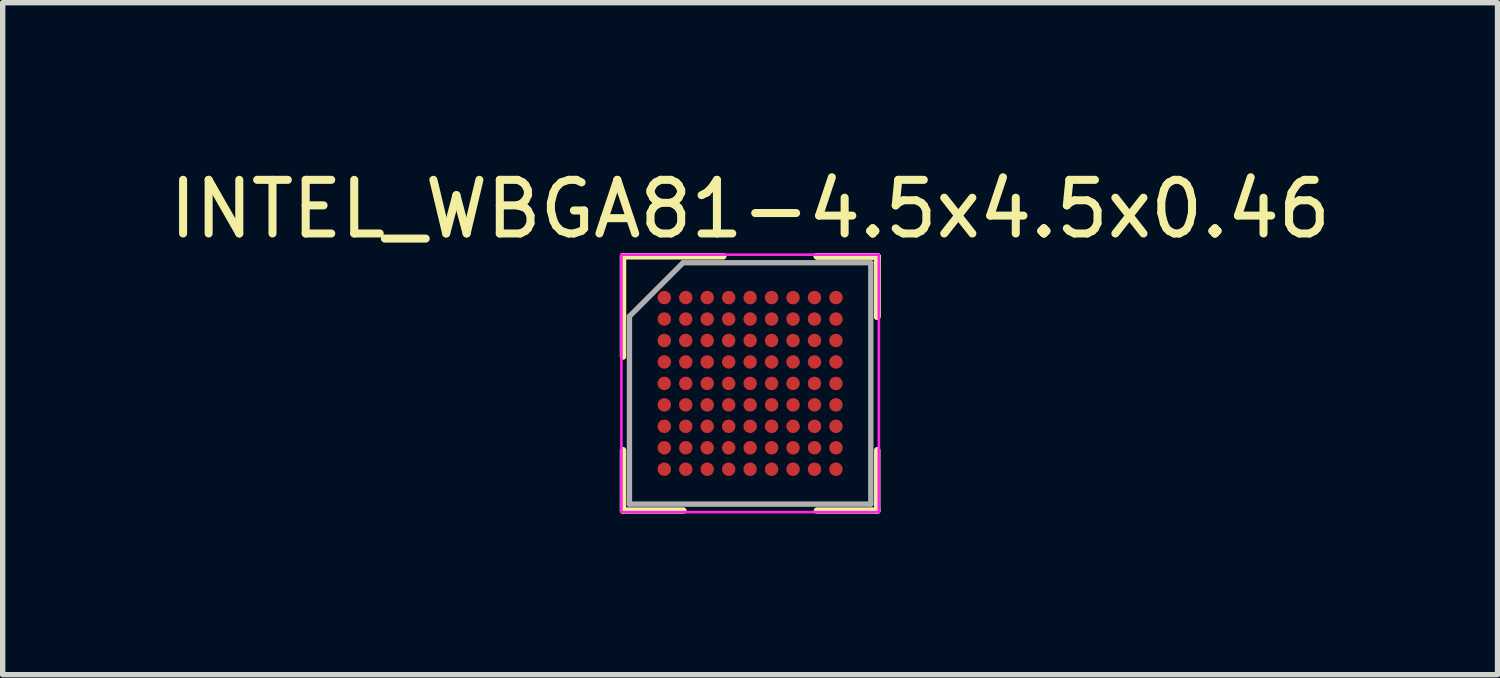
<source format=kicad_pcb>
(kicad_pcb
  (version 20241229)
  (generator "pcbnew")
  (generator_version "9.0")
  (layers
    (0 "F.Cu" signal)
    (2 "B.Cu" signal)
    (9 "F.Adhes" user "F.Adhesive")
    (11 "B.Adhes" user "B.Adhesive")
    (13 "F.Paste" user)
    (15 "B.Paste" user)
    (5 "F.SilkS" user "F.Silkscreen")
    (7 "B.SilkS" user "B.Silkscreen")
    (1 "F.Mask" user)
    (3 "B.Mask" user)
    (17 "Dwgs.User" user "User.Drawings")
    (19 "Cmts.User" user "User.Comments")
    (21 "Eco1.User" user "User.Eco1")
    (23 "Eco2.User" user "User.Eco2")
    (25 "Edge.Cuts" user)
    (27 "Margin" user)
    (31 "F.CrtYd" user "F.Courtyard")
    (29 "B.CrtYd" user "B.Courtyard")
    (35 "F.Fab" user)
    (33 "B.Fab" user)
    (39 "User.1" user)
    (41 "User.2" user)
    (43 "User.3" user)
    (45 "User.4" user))
  (footprint "INTEL_WBGA81-4.5x4.5x0.46"
    (layer "F.Cu")
    (at 10.935 4.098)
    (property "Reference" "INTEL_WBGA81-4.5x4.5x0.46" (at 0 -3.25 0) (layer "F.SilkS") (effects (font (size 1 1) (thickness 0.15))))
    (attr smd)
    (fp_line (start -2.37 -0.5) (end -2.37 -2.37) (stroke (width 0.12) (type solid)) (layer "F.SilkS"))
    (fp_line (start -2.37 2.37) (end -2.37 1.245) (stroke (width 0.12) (type solid)) (layer "F.SilkS"))
    (fp_line (start -1.245 2.37) (end -2.37 2.37) (stroke (width 0.12) (type solid)) (layer "F.SilkS"))
    (fp_line (start -0.5 -2.37) (end -2.37 -2.37) (stroke (width 0.12) (type solid)) (layer "F.SilkS"))
    (fp_line (start 1.245 -2.37) (end 2.37 -2.37) (stroke (width 0.12) (type solid)) (layer "F.SilkS"))
    (fp_line (start 1.245 -2.37) (end 2.37 -2.37) (stroke (width 0.12) (type solid)) (layer "F.SilkS"))
    (fp_line (start 1.245 -2.37) (end 2.37 -2.37) (stroke (width 0.12) (type solid)) (layer "F.SilkS"))
    (fp_line (start 1.245 2.37) (end 2.37 2.37) (stroke (width 0.12) (type solid)) (layer "F.SilkS"))
    (fp_line (start 2.37 -2.37) (end 2.37 -1.245) (stroke (width 0.12) (type solid)) (layer "F.SilkS"))
    (fp_line (start 2.37 -2.37) (end 2.37 -1.245) (stroke (width 0.12) (type solid)) (layer "F.SilkS"))
    (fp_line (start 2.37 -2.37) (end 2.37 -1.245) (stroke (width 0.12) (type solid)) (layer "F.SilkS"))
    (fp_line (start 2.37 2.37) (end 2.37 1.245) (stroke (width 0.12) (type solid)) (layer "F.SilkS"))
    (fp_line (start -2.4 -2.4) (end 2.4 -2.4) (stroke (width 0.05) (type solid)) (layer "F.CrtYd"))
    (fp_line (start -2.4 2.4) (end -2.4 -2.4) (stroke (width 0.05) (type solid)) (layer "F.CrtYd"))
    (fp_line (start 2.4 -2.4) (end 2.4 2.4) (stroke (width 0.05) (type solid)) (layer "F.CrtYd"))
    (fp_line (start 2.4 2.4) (end -2.4 2.4) (stroke (width 0.05) (type solid)) (layer "F.CrtYd"))
    (fp_line (start -2.25 -1.25) (end -2.25 2.25) (stroke (width 0.1) (type solid)) (layer "F.Fab"))
    (fp_line (start -2.25 2.25) (end 2.25 2.25) (stroke (width 0.1) (type solid)) (layer "F.Fab"))
    (fp_line (start -1.25 -2.25) (end -2.25 -1.25) (stroke (width 0.1) (type solid)) (layer "F.Fab"))
    (fp_line (start 2.25 -2.25) (end -1.25 -2.25) (stroke (width 0.1) (type solid)) (layer "F.Fab"))
    (fp_line (start 2.25 2.25) (end 2.25 -2.25) (stroke (width 0.1) (type solid)) (layer "F.Fab"))
    (pad "A1" smd circle (at -1.6 -1.6) (size 0.25 0.25) (layers "F.Cu" "F.Mask" "F.Paste"))
    (pad "A2" smd circle (at -1.6 -1.2 270) (size 0.25 0.25) (layers "F.Cu" "F.Mask" "F.Paste"))
    (pad "A3" smd circle (at -1.6 -0.8 270) (size 0.25 0.25) (layers "F.Cu" "F.Mask" "F.Paste"))
    (pad "A4" smd circle (at -1.6 -0.4 270) (size 0.25 0.25) (layers "F.Cu" "F.Mask" "F.Paste"))
    (pad "A5" smd circle (at -1.6 0 270) (size 0.25 0.25) (layers "F.Cu" "F.Mask" "F.Paste"))
    (pad "A6" smd circle (at -1.6 0.4 270) (size 0.25 0.25) (layers "F.Cu" "F.Mask" "F.Paste"))
    (pad "A7" smd circle (at -1.6 0.8 270) (size 0.25 0.25) (layers "F.Cu" "F.Mask" "F.Paste"))
    (pad "A8" smd circle (at -1.6 1.2 270) (size 0.25 0.25) (layers "F.Cu" "F.Mask" "F.Paste"))
    (pad "A9" smd circle (at -1.6 1.6 270) (size 0.25 0.25) (layers "F.Cu" "F.Mask" "F.Paste"))
    (pad "B1" smd circle (at -1.2 -1.6 90) (size 0.25 0.25) (layers "F.Cu" "F.Mask" "F.Paste"))
    (pad "B2" smd circle (at -1.2 -1.2 270) (size 0.25 0.25) (layers "F.Cu" "F.Mask" "F.Paste"))
    (pad "B3" smd circle (at -1.2 -0.8 270) (size 0.25 0.25) (layers "F.Cu" "F.Mask" "F.Paste"))
    (pad "B4" smd circle (at -1.2 -0.4 270) (size 0.25 0.25) (layers "F.Cu" "F.Mask" "F.Paste"))
    (pad "B5" smd circle (at -1.2 0 270) (size 0.25 0.25) (layers "F.Cu" "F.Mask" "F.Paste"))
    (pad "B6" smd circle (at -1.2 0.4 270) (size 0.25 0.25) (layers "F.Cu" "F.Mask" "F.Paste"))
    (pad "B7" smd circle (at -1.2 0.8 270) (size 0.25 0.25) (layers "F.Cu" "F.Mask" "F.Paste"))
    (pad "B8" smd circle (at -1.2 1.2 270) (size 0.25 0.25) (layers "F.Cu" "F.Mask" "F.Paste"))
    (pad "B9" smd circle (at -1.2 1.6 270) (size 0.25 0.25) (layers "F.Cu" "F.Mask" "F.Paste"))
    (pad "C1" smd circle (at -0.8 -1.6 90) (size 0.25 0.25) (layers "F.Cu" "F.Mask" "F.Paste"))
    (pad "C2" smd circle (at -0.8 -1.2 270) (size 0.25 0.25) (layers "F.Cu" "F.Mask" "F.Paste"))
    (pad "C3" smd circle (at -0.8 -0.8 270) (size 0.25 0.25) (layers "F.Cu" "F.Mask" "F.Paste"))
    (pad "C4" smd circle (at -0.8 -0.4 270) (size 0.25 0.25) (layers "F.Cu" "F.Mask" "F.Paste"))
    (pad "C5" smd circle (at -0.8 0 270) (size 0.25 0.25) (layers "F.Cu" "F.Mask" "F.Paste"))
    (pad "C6" smd circle (at -0.8 0.4 270) (size 0.25 0.25) (layers "F.Cu" "F.Mask" "F.Paste"))
    (pad "C7" smd circle (at -0.8 0.8 270) (size 0.25 0.25) (layers "F.Cu" "F.Mask" "F.Paste"))
    (pad "C8" smd circle (at -0.8 1.2 270) (size 0.25 0.25) (layers "F.Cu" "F.Mask" "F.Paste"))
    (pad "C9" smd circle (at -0.8 1.6 270) (size 0.25 0.25) (layers "F.Cu" "F.Mask" "F.Paste"))
    (pad "D1" smd circle (at -0.4 -1.6 90) (size 0.25 0.25) (layers "F.Cu" "F.Mask" "F.Paste"))
    (pad "D2" smd circle (at -0.4 -1.2 270) (size 0.25 0.25) (layers "F.Cu" "F.Mask" "F.Paste"))
    (pad "D3" smd circle (at -0.4 -0.8 270) (size 0.25 0.25) (layers "F.Cu" "F.Mask" "F.Paste"))
    (pad "D4" smd circle (at -0.4 -0.4 270) (size 0.25 0.25) (layers "F.Cu" "F.Mask" "F.Paste"))
    (pad "D5" smd circle (at -0.4 0 270) (size 0.25 0.25) (layers "F.Cu" "F.Mask" "F.Paste"))
    (pad "D6" smd circle (at -0.4 0.4 270) (size 0.25 0.25) (layers "F.Cu" "F.Mask" "F.Paste"))
    (pad "D7" smd circle (at -0.4 0.8 270) (size 0.25 0.25) (layers "F.Cu" "F.Mask" "F.Paste"))
    (pad "D8" smd circle (at -0.4 1.2 270) (size 0.25 0.25) (layers "F.Cu" "F.Mask" "F.Paste"))
    (pad "D9" smd circle (at -0.4 1.6 270) (size 0.25 0.25) (layers "F.Cu" "F.Mask" "F.Paste"))
    (pad "E1" smd circle (at 0 -1.6 90) (size 0.25 0.25) (layers "F.Cu" "F.Mask" "F.Paste"))
    (pad "E2" smd circle (at 0 -1.2 270) (size 0.25 0.25) (layers "F.Cu" "F.Mask" "F.Paste"))
    (pad "E3" smd circle (at 0 -0.8 270) (size 0.25 0.25) (layers "F.Cu" "F.Mask" "F.Paste"))
    (pad "E4" smd circle (at 0 -0.4 270) (size 0.25 0.25) (layers "F.Cu" "F.Mask" "F.Paste"))
    (pad "E5" smd circle (at 0 0 270) (size 0.25 0.25) (layers "F.Cu" "F.Mask" "F.Paste"))
    (pad "E6" smd circle (at 0 0.4 270) (size 0.25 0.25) (layers "F.Cu" "F.Mask" "F.Paste"))
    (pad "E7" smd circle (at 0 0.8 270) (size 0.25 0.25) (layers "F.Cu" "F.Mask" "F.Paste"))
    (pad "E8" smd circle (at 0 1.2 270) (size 0.25 0.25) (layers "F.Cu" "F.Mask" "F.Paste"))
    (pad "E9" smd circle (at 0 1.6 270) (size 0.25 0.25) (layers "F.Cu" "F.Mask" "F.Paste"))
    (pad "F1" smd circle (at 0.4 -1.6 90) (size 0.25 0.25) (layers "F.Cu" "F.Mask" "F.Paste"))
    (pad "F2" smd circle (at 0.4 -1.2 270) (size 0.25 0.25) (layers "F.Cu" "F.Mask" "F.Paste"))
    (pad "F3" smd circle (at 0.4 -0.8 270) (size 0.25 0.25) (layers "F.Cu" "F.Mask" "F.Paste"))
    (pad "F4" smd circle (at 0.4 -0.4 270) (size 0.25 0.25) (layers "F.Cu" "F.Mask" "F.Paste"))
    (pad "F5" smd circle (at 0.4 0 270) (size 0.25 0.25) (layers "F.Cu" "F.Mask" "F.Paste"))
    (pad "F6" smd circle (at 0.4 0.4 270) (size 0.25 0.25) (layers "F.Cu" "F.Mask" "F.Paste"))
    (pad "F7" smd circle (at 0.4 0.8 270) (size 0.25 0.25) (layers "F.Cu" "F.Mask" "F.Paste"))
    (pad "F8" smd circle (at 0.4 1.2 270) (size 0.25 0.25) (layers "F.Cu" "F.Mask" "F.Paste"))
    (pad "F9" smd circle (at 0.4 1.6 270) (size 0.25 0.25) (layers "F.Cu" "F.Mask" "F.Paste"))
    (pad "G1" smd circle (at 0.8 -1.6 90) (size 0.25 0.25) (layers "F.Cu" "F.Mask" "F.Paste"))
    (pad "G2" smd circle (at 0.8 -1.2 270) (size 0.25 0.25) (layers "F.Cu" "F.Mask" "F.Paste"))
    (pad "G3" smd circle (at 0.8 -0.8 270) (size 0.25 0.25) (layers "F.Cu" "F.Mask" "F.Paste"))
    (pad "G4" smd circle (at 0.8 -0.4 270) (size 0.25 0.25) (layers "F.Cu" "F.Mask" "F.Paste"))
    (pad "G5" smd circle (at 0.8 0 270) (size 0.25 0.25) (layers "F.Cu" "F.Mask" "F.Paste"))
    (pad "G6" smd circle (at 0.8 0.4 270) (size 0.25 0.25) (layers "F.Cu" "F.Mask" "F.Paste"))
    (pad "G7" smd circle (at 0.8 0.8 270) (size 0.25 0.25) (layers "F.Cu" "F.Mask" "F.Paste"))
    (pad "G8" smd circle (at 0.8 1.2 270) (size 0.25 0.25) (layers "F.Cu" "F.Mask" "F.Paste"))
    (pad "G9" smd circle (at 0.8 1.6 270) (size 0.25 0.25) (layers "F.Cu" "F.Mask" "F.Paste"))
    (pad "H1" smd circle (at 1.2 -1.6 90) (size 0.25 0.25) (layers "F.Cu" "F.Mask" "F.Paste"))
    (pad "H2" smd circle (at 1.2 -1.2 270) (size 0.25 0.25) (layers "F.Cu" "F.Mask" "F.Paste"))
    (pad "H3" smd circle (at 1.2 -0.8 270) (size 0.25 0.25) (layers "F.Cu" "F.Mask" "F.Paste"))
    (pad "H4" smd circle (at 1.2 -0.4 270) (size 0.25 0.25) (layers "F.Cu" "F.Mask" "F.Paste"))
    (pad "H5" smd circle (at 1.2 0 270) (size 0.25 0.25) (layers "F.Cu" "F.Mask" "F.Paste"))
    (pad "H6" smd circle (at 1.2 0.4 270) (size 0.25 0.25) (layers "F.Cu" "F.Mask" "F.Paste"))
    (pad "H7" smd circle (at 1.2 0.8 270) (size 0.25 0.25) (layers "F.Cu" "F.Mask" "F.Paste"))
    (pad "H8" smd circle (at 1.2 1.2 270) (size 0.25 0.25) (layers "F.Cu" "F.Mask" "F.Paste"))
    (pad "H9" smd circle (at 1.2 1.6 270) (size 0.25 0.25) (layers "F.Cu" "F.Mask" "F.Paste"))
    (pad "J1" smd circle (at 1.6 -1.6 90) (size 0.25 0.25) (layers "F.Cu" "F.Mask" "F.Paste"))
    (pad "J2" smd circle (at 1.6 -1.2 270) (size 0.25 0.25) (layers "F.Cu" "F.Mask" "F.Paste"))
    (pad "J3" smd circle (at 1.6 -0.8 270) (size 0.25 0.25) (layers "F.Cu" "F.Mask" "F.Paste"))
    (pad "J4" smd circle (at 1.6 -0.4 270) (size 0.25 0.25) (layers "F.Cu" "F.Mask" "F.Paste"))
    (pad "J5" smd circle (at 1.6 0 270) (size 0.25 0.25) (layers "F.Cu" "F.Mask" "F.Paste"))
    (pad "J6" smd circle (at 1.6 0.4 270) (size 0.25 0.25) (layers "F.Cu" "F.Mask" "F.Paste"))
    (pad "J7" smd circle (at 1.6 0.8 270) (size 0.25 0.25) (layers "F.Cu" "F.Mask" "F.Paste"))
    (pad "J8" smd circle (at 1.6 1.2 270) (size 0.25 0.25) (layers "F.Cu" "F.Mask" "F.Paste"))
    (pad "J9" smd circle (at 1.6 1.6 270) (size 0.25 0.25) (layers "F.Cu" "F.Mask" "F.Paste")))
  (gr_rect
    (start -3 -3)
    (end 24.869 9.528)
    (stroke (width 0.1) (type default))
    (fill no)
    (layer "Edge.Cuts")))
</source>
